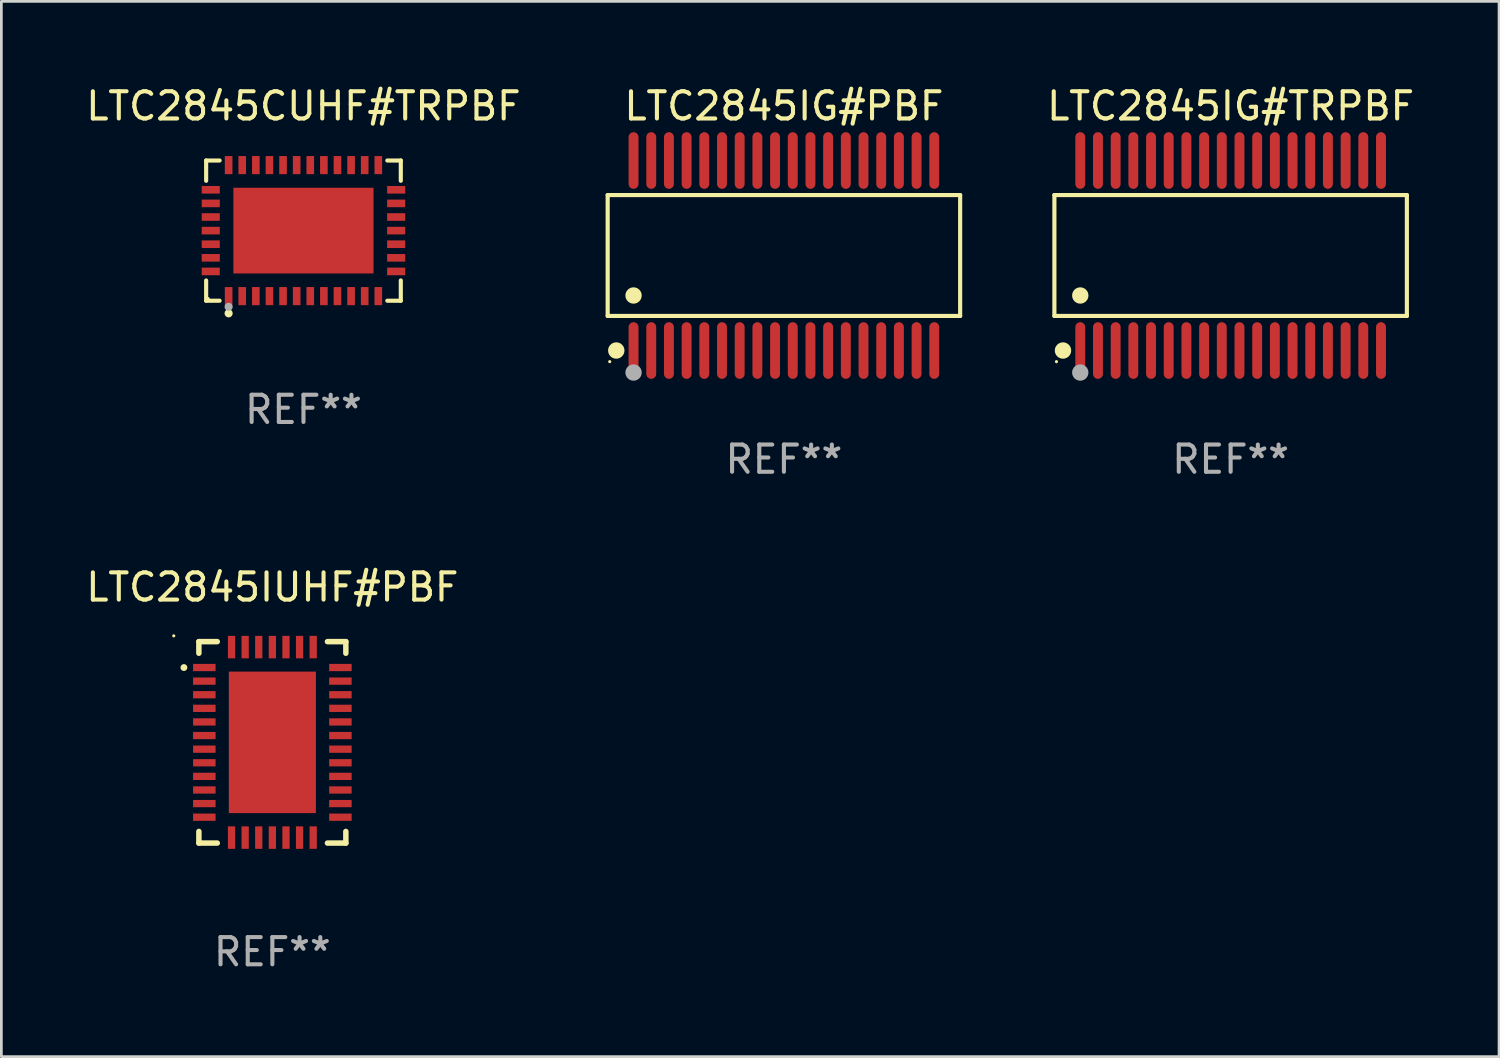
<source format=kicad_pcb>
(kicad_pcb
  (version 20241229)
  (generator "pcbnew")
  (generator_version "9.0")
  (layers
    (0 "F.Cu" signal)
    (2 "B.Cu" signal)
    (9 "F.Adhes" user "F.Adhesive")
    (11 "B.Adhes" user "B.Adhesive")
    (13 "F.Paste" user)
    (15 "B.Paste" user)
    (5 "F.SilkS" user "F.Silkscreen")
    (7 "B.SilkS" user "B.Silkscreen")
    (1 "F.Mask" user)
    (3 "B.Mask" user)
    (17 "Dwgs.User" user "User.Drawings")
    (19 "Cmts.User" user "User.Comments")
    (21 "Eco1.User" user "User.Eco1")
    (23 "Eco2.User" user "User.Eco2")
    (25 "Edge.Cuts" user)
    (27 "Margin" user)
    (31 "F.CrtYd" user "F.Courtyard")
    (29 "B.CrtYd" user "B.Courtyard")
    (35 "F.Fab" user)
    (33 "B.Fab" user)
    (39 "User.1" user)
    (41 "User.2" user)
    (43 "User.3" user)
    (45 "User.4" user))
  (footprint "LTC2845CUHF#TRPBF"
    (layer "F.Cu")
    (at 8.101 5.424)
    (property "Reference" "LTC2845CUHF#TRPBF" (at 0 -4.576 0) (layer "F.SilkS") (effects (font (size 1 1) (thickness 0.15))))
    (attr through_hole)
    (fp_line (start -3.576 -2.576) (end -3.081 -2.576) (stroke (width 0.152) (type solid)) (layer "F.SilkS"))
    (fp_line (start -3.576 -1.831) (end -3.576 -2.576) (stroke (width 0.152) (type solid)) (layer "F.SilkS"))
    (fp_line (start -3.576 1.831) (end -3.576 2.576) (stroke (width 0.152) (type solid)) (layer "F.SilkS"))
    (fp_line (start -3.576 2.576) (end -3.081 2.576) (stroke (width 0.152) (type solid)) (layer "F.SilkS"))
    (fp_line (start 3.576 -2.576) (end 3.081 -2.576) (stroke (width 0.152) (type solid)) (layer "F.SilkS"))
    (fp_line (start 3.576 -1.831) (end 3.576 -2.576) (stroke (width 0.152) (type solid)) (layer "F.SilkS"))
    (fp_line (start 3.576 1.831) (end 3.576 2.576) (stroke (width 0.152) (type solid)) (layer "F.SilkS"))
    (fp_line (start 3.576 2.576) (end 3.081 2.576) (stroke (width 0.152) (type solid)) (layer "F.SilkS"))
    (fp_circle (center -3.5 2.5) (end -3.47 2.5) (stroke (width 0.06) (type solid)) (fill no) (layer "F.SilkS"))
    (fp_circle (center -2.75 3.04) (end -2.675 3.04) (stroke (width 0.15) (type solid)) (fill no) (layer "F.SilkS"))
    (fp_circle (center -2.75 2.8) (end -2.675 2.8) (stroke (width 0.15) (type solid)) (fill no) (layer "F.Fab"))
    (fp_text user "REF**" (at 0 6.576 0) (layer "F.Fab") (effects (font (size 1 1) (thickness 0.15))))
    (pad "1" smd rect (at -2.75 2.407) (size 0.28 0.665) (layers "F.Cu" "F.Mask" "F.Paste"))
    (pad "2" smd rect (at -2.25 2.407) (size 0.28 0.665) (layers "F.Cu" "F.Mask" "F.Paste"))
    (pad "3" smd rect (at -1.75 2.407) (size 0.28 0.665) (layers "F.Cu" "F.Mask" "F.Paste"))
    (pad "4" smd rect (at -1.25 2.407) (size 0.28 0.665) (layers "F.Cu" "F.Mask" "F.Paste"))
    (pad "5" smd rect (at -0.75 2.407) (size 0.28 0.665) (layers "F.Cu" "F.Mask" "F.Paste"))
    (pad "6" smd rect (at -0.25 2.407) (size 0.28 0.665) (layers "F.Cu" "F.Mask" "F.Paste"))
    (pad "7" smd rect (at 0.25 2.407) (size 0.28 0.665) (layers "F.Cu" "F.Mask" "F.Paste"))
    (pad "8" smd rect (at 0.75 2.407) (size 0.28 0.665) (layers "F.Cu" "F.Mask" "F.Paste"))
    (pad "9" smd rect (at 1.25 2.407) (size 0.28 0.665) (layers "F.Cu" "F.Mask" "F.Paste"))
    (pad "10" smd rect (at 1.75 2.407) (size 0.28 0.665) (layers "F.Cu" "F.Mask" "F.Paste"))
    (pad "11" smd rect (at 2.25 2.407) (size 0.28 0.665) (layers "F.Cu" "F.Mask" "F.Paste"))
    (pad "12" smd rect (at 2.75 2.407) (size 0.28 0.665) (layers "F.Cu" "F.Mask" "F.Paste"))
    (pad "13" smd rect (at 3.407 1.5) (size 0.665 0.28) (layers "F.Cu" "F.Mask" "F.Paste"))
    (pad "14" smd rect (at 3.407 1) (size 0.665 0.28) (layers "F.Cu" "F.Mask" "F.Paste"))
    (pad "15" smd rect (at 3.407 0.5) (size 0.665 0.28) (layers "F.Cu" "F.Mask" "F.Paste"))
    (pad "16" smd rect (at 3.407 0) (size 0.665 0.28) (layers "F.Cu" "F.Mask" "F.Paste"))
    (pad "17" smd rect (at 3.407 -0.5) (size 0.665 0.28) (layers "F.Cu" "F.Mask" "F.Paste"))
    (pad "18" smd rect (at 3.407 -1) (size 0.665 0.28) (layers "F.Cu" "F.Mask" "F.Paste"))
    (pad "19" smd rect (at 3.407 -1.5) (size 0.665 0.28) (layers "F.Cu" "F.Mask" "F.Paste"))
    (pad "20" smd rect (at 2.75 -2.407) (size 0.28 0.665) (layers "F.Cu" "F.Mask" "F.Paste"))
    (pad "21" smd rect (at 2.25 -2.407) (size 0.28 0.665) (layers "F.Cu" "F.Mask" "F.Paste"))
    (pad "22" smd rect (at 1.75 -2.407) (size 0.28 0.665) (layers "F.Cu" "F.Mask" "F.Paste"))
    (pad "23" smd rect (at 1.25 -2.407) (size 0.28 0.665) (layers "F.Cu" "F.Mask" "F.Paste"))
    (pad "24" smd rect (at 0.75 -2.407) (size 0.28 0.665) (layers "F.Cu" "F.Mask" "F.Paste"))
    (pad "25" smd rect (at 0.25 -2.407) (size 0.28 0.665) (layers "F.Cu" "F.Mask" "F.Paste"))
    (pad "26" smd rect (at -0.25 -2.407) (size 0.28 0.665) (layers "F.Cu" "F.Mask" "F.Paste"))
    (pad "27" smd rect (at -0.75 -2.407) (size 0.28 0.665) (layers "F.Cu" "F.Mask" "F.Paste"))
    (pad "28" smd rect (at -1.25 -2.407) (size 0.28 0.665) (layers "F.Cu" "F.Mask" "F.Paste"))
    (pad "29" smd rect (at -1.75 -2.407) (size 0.28 0.665) (layers "F.Cu" "F.Mask" "F.Paste"))
    (pad "30" smd rect (at -2.25 -2.407) (size 0.28 0.665) (layers "F.Cu" "F.Mask" "F.Paste"))
    (pad "31" smd rect (at -2.75 -2.407) (size 0.28 0.665) (layers "F.Cu" "F.Mask" "F.Paste"))
    (pad "32" smd rect (at -3.407 -1.5) (size 0.665 0.28) (layers "F.Cu" "F.Mask" "F.Paste"))
    (pad "33" smd rect (at -3.407 -1) (size 0.665 0.28) (layers "F.Cu" "F.Mask" "F.Paste"))
    (pad "34" smd rect (at -3.407 -0.5) (size 0.665 0.28) (layers "F.Cu" "F.Mask" "F.Paste"))
    (pad "35" smd rect (at -3.407 0) (size 0.665 0.28) (layers "F.Cu" "F.Mask" "F.Paste"))
    (pad "36" smd rect (at -3.407 0.5) (size 0.665 0.28) (layers "F.Cu" "F.Mask" "F.Paste"))
    (pad "37" smd rect (at -3.407 1) (size 0.665 0.28) (layers "F.Cu" "F.Mask" "F.Paste"))
    (pad "38" smd rect (at -3.407 1.5) (size 0.665 0.28) (layers "F.Cu" "F.Mask" "F.Paste"))
    (pad "39" smd rect (at 0 0) (size 5.15 3.15) (layers "F.Cu" "F.Mask" "F.Paste")))
  (footprint "LTC2845IUHF#PBF"
    (layer "F.Cu")
    (at 6.958 24.228)
    (property "Reference" "LTC2845IUHF#PBF" (at 0 -5.701 0) (layer "F.SilkS") (effects (font (size 1 1) (thickness 0.15))))
    (attr through_hole)
    (fp_line (start -2.7 -3.701) (end -2.024 -3.701) (stroke (width 0.201) (type solid)) (layer "F.SilkS"))
    (fp_line (start -2.7 -3.274) (end -2.7 -3.701) (stroke (width 0.201) (type solid)) (layer "F.SilkS"))
    (fp_line (start -2.7 3.274) (end -2.7 3.701) (stroke (width 0.201) (type solid)) (layer "F.SilkS"))
    (fp_line (start -2.7 3.701) (end -2.024 3.701) (stroke (width 0.201) (type solid)) (layer "F.SilkS"))
    (fp_line (start 2.024 -3.701) (end 2.7 -3.701) (stroke (width 0.201) (type solid)) (layer "F.SilkS"))
    (fp_line (start 2.024 3.701) (end 2.7 3.701) (stroke (width 0.201) (type solid)) (layer "F.SilkS"))
    (fp_line (start 2.7 -3.701) (end 2.7 -3.274) (stroke (width 0.201) (type solid)) (layer "F.SilkS"))
    (fp_line (start 2.7 3.701) (end 2.7 3.274) (stroke (width 0.201) (type solid)) (layer "F.SilkS"))
    (fp_arc (start -3.250013 -2.747473) (mid -3.250019 -2.748743) (end -3.250013 -2.750013) (stroke (width 0.24892) (type solid)) (layer "F.SilkS"))
    (fp_circle (center -3.623 -3.913) (end -3.593 -3.913) (stroke (width 0.06) (type solid)) (fill no) (layer "F.SilkS"))
    (fp_text user "REF**" (at 0 7.701 0) (layer "F.Fab") (effects (font (size 1 1) (thickness 0.15))))
    (pad "1" smd rect (at -2.5 -2.75 90) (size 0.267 0.826) (layers "F.Cu" "F.Mask" "F.Paste"))
    (pad "2" smd rect (at -2.5 -2.25 90) (size 0.267 0.826) (layers "F.Cu" "F.Mask" "F.Paste"))
    (pad "3" smd rect (at -2.5 -1.75 90) (size 0.267 0.826) (layers "F.Cu" "F.Mask" "F.Paste"))
    (pad "4" smd rect (at -2.5 -1.25 90) (size 0.267 0.826) (layers "F.Cu" "F.Mask" "F.Paste"))
    (pad "5" smd rect (at -2.5 -0.75 90) (size 0.267 0.826) (layers "F.Cu" "F.Mask" "F.Paste"))
    (pad "6" smd rect (at -2.5 -0.25 90) (size 0.267 0.826) (layers "F.Cu" "F.Mask" "F.Paste"))
    (pad "7" smd rect (at -2.5 0.25 90) (size 0.267 0.826) (layers "F.Cu" "F.Mask" "F.Paste"))
    (pad "8" smd rect (at -2.5 0.75 90) (size 0.267 0.826) (layers "F.Cu" "F.Mask" "F.Paste"))
    (pad "9" smd rect (at -2.5 1.25 90) (size 0.267 0.826) (layers "F.Cu" "F.Mask" "F.Paste"))
    (pad "10" smd rect (at -2.5 1.75 90) (size 0.267 0.826) (layers "F.Cu" "F.Mask" "F.Paste"))
    (pad "11" smd rect (at -2.5 2.25 90) (size 0.267 0.826) (layers "F.Cu" "F.Mask" "F.Paste"))
    (pad "12" smd rect (at -2.5 2.75 90) (size 0.267 0.826) (layers "F.Cu" "F.Mask" "F.Paste"))
    (pad "13" smd rect (at -1.5 3.5) (size 0.267 0.826) (layers "F.Cu" "F.Mask" "F.Paste"))
    (pad "14" smd rect (at -1 3.5) (size 0.267 0.826) (layers "F.Cu" "F.Mask" "F.Paste"))
    (pad "15" smd rect (at -0.5 3.5) (size 0.267 0.826) (layers "F.Cu" "F.Mask" "F.Paste"))
    (pad "16" smd rect (at 0 3.5) (size 0.267 0.826) (layers "F.Cu" "F.Mask" "F.Paste"))
    (pad "17" smd rect (at 0.5 3.5) (size 0.267 0.826) (layers "F.Cu" "F.Mask" "F.Paste"))
    (pad "18" smd rect (at 1 3.5) (size 0.267 0.826) (layers "F.Cu" "F.Mask" "F.Paste"))
    (pad "19" smd rect (at 1.5 3.5) (size 0.267 0.826) (layers "F.Cu" "F.Mask" "F.Paste"))
    (pad "20" smd rect (at 2.5 2.75 90) (size 0.267 0.826) (layers "F.Cu" "F.Mask" "F.Paste"))
    (pad "21" smd rect (at 2.5 2.25 90) (size 0.267 0.826) (layers "F.Cu" "F.Mask" "F.Paste"))
    (pad "22" smd rect (at 2.5 1.75 90) (size 0.267 0.826) (layers "F.Cu" "F.Mask" "F.Paste"))
    (pad "23" smd rect (at 2.5 1.25 90) (size 0.267 0.826) (layers "F.Cu" "F.Mask" "F.Paste"))
    (pad "24" smd rect (at 2.5 0.75 90) (size 0.267 0.826) (layers "F.Cu" "F.Mask" "F.Paste"))
    (pad "25" smd rect (at 2.5 0.25 90) (size 0.267 0.826) (layers "F.Cu" "F.Mask" "F.Paste"))
    (pad "26" smd rect (at 2.5 -0.25 90) (size 0.267 0.826) (layers "F.Cu" "F.Mask" "F.Paste"))
    (pad "27" smd rect (at 2.5 -0.75 90) (size 0.267 0.826) (layers "F.Cu" "F.Mask" "F.Paste"))
    (pad "28" smd rect (at 2.5 -1.25 90) (size 0.267 0.826) (layers "F.Cu" "F.Mask" "F.Paste"))
    (pad "29" smd rect (at 2.5 -1.75 90) (size 0.267 0.826) (layers "F.Cu" "F.Mask" "F.Paste"))
    (pad "30" smd rect (at 2.5 -2.25 90) (size 0.267 0.826) (layers "F.Cu" "F.Mask" "F.Paste"))
    (pad "31" smd rect (at 2.5 -2.75 90) (size 0.267 0.826) (layers "F.Cu" "F.Mask" "F.Paste"))
    (pad "32" smd rect (at 1.5 -3.5) (size 0.267 0.826) (layers "F.Cu" "F.Mask" "F.Paste"))
    (pad "33" smd rect (at 1 -3.5) (size 0.267 0.826) (layers "F.Cu" "F.Mask" "F.Paste"))
    (pad "34" smd rect (at 0.5 -3.5) (size 0.267 0.826) (layers "F.Cu" "F.Mask" "F.Paste"))
    (pad "35" smd rect (at 0 -3.5) (size 0.267 0.826) (layers "F.Cu" "F.Mask" "F.Paste"))
    (pad "36" smd rect (at -0.5 -3.5) (size 0.267 0.826) (layers "F.Cu" "F.Mask" "F.Paste"))
    (pad "37" smd rect (at -1 -3.5) (size 0.267 0.826) (layers "F.Cu" "F.Mask" "F.Paste"))
    (pad "38" smd rect (at -1.5 -3.5) (size 0.267 0.826) (layers "F.Cu" "F.Mask" "F.Paste"))
    (pad "39" smd rect (at 0 0) (size 3.2 5.2) (layers "F.Cu" "F.Mask" "F.Paste")))
  (footprint "LTC2845IG#PBF"
    (layer "F.Cu")
    (at 25.755 6.339)
    (property "Reference" "LTC2845IG#PBF" (at 0 -5.491 0) (layer "F.SilkS") (effects (font (size 1 1) (thickness 0.15))))
    (attr through_hole)
    (fp_line (start -6.476 -2.221) (end 6.476 -2.221) (stroke (width 0.152) (type solid)) (layer "F.SilkS"))
    (fp_line (start -6.476 2.221) (end -6.476 -2.221) (stroke (width 0.152) (type solid)) (layer "F.SilkS"))
    (fp_line (start 6.476 -2.221) (end 6.476 2.221) (stroke (width 0.152) (type solid)) (layer "F.SilkS"))
    (fp_line (start 6.476 2.221) (end -6.476 2.221) (stroke (width 0.152) (type solid)) (layer "F.SilkS"))
    (fp_circle (center -6.4 3.9) (end -6.37 3.9) (stroke (width 0.06) (type solid)) (fill no) (layer "F.SilkS"))
    (fp_circle (center -6.16 3.491) (end -6.009 3.491) (stroke (width 0.3) (type solid)) (fill no) (layer "F.SilkS"))
    (fp_circle (center -5.525 1.469) (end -5.375 1.469) (stroke (width 0.3) (type solid)) (fill no) (layer "F.SilkS"))
    (fp_circle (center -5.525 4.3) (end -5.375 4.3) (stroke (width 0.3) (type solid)) (fill no) (layer "F.Fab"))
    (fp_text user "REF**" (at 0 7.491 0) (layer "F.Fab") (effects (font (size 1 1) (thickness 0.15))))
    (pad "1" smd oval (at -5.525 3.491) (size 0.364 2.082) (layers "F.Cu" "F.Mask" "F.Paste"))
    (pad "2" smd oval (at -4.875 3.491) (size 0.364 2.082) (layers "F.Cu" "F.Mask" "F.Paste"))
    (pad "3" smd oval (at -4.225 3.491) (size 0.364 2.082) (layers "F.Cu" "F.Mask" "F.Paste"))
    (pad "4" smd oval (at -3.575 3.491) (size 0.364 2.082) (layers "F.Cu" "F.Mask" "F.Paste"))
    (pad "5" smd oval (at -2.925 3.491) (size 0.364 2.082) (layers "F.Cu" "F.Mask" "F.Paste"))
    (pad "6" smd oval (at -2.275 3.491) (size 0.364 2.082) (layers "F.Cu" "F.Mask" "F.Paste"))
    (pad "7" smd oval (at -1.625 3.491) (size 0.364 2.082) (layers "F.Cu" "F.Mask" "F.Paste"))
    (pad "8" smd oval (at -0.975 3.491) (size 0.364 2.082) (layers "F.Cu" "F.Mask" "F.Paste"))
    (pad "9" smd oval (at -0.325 3.491) (size 0.364 2.082) (layers "F.Cu" "F.Mask" "F.Paste"))
    (pad "10" smd oval (at 0.325 3.491) (size 0.364 2.082) (layers "F.Cu" "F.Mask" "F.Paste"))
    (pad "11" smd oval (at 0.975 3.491) (size 0.364 2.082) (layers "F.Cu" "F.Mask" "F.Paste"))
    (pad "12" smd oval (at 1.625 3.491) (size 0.364 2.082) (layers "F.Cu" "F.Mask" "F.Paste"))
    (pad "13" smd oval (at 2.275 3.491) (size 0.364 2.082) (layers "F.Cu" "F.Mask" "F.Paste"))
    (pad "14" smd oval (at 2.925 3.491) (size 0.364 2.082) (layers "F.Cu" "F.Mask" "F.Paste"))
    (pad "15" smd oval (at 3.575 3.491) (size 0.364 2.082) (layers "F.Cu" "F.Mask" "F.Paste"))
    (pad "16" smd oval (at 4.225 3.491) (size 0.364 2.082) (layers "F.Cu" "F.Mask" "F.Paste"))
    (pad "17" smd oval (at 4.875 3.491) (size 0.364 2.082) (layers "F.Cu" "F.Mask" "F.Paste"))
    (pad "18" smd oval (at 5.525 3.491) (size 0.364 2.082) (layers "F.Cu" "F.Mask" "F.Paste"))
    (pad "19" smd oval (at 5.525 -3.491) (size 0.364 2.082) (layers "F.Cu" "F.Mask" "F.Paste"))
    (pad "20" smd oval (at 4.875 -3.491) (size 0.364 2.082) (layers "F.Cu" "F.Mask" "F.Paste"))
    (pad "21" smd oval (at 4.225 -3.491) (size 0.364 2.082) (layers "F.Cu" "F.Mask" "F.Paste"))
    (pad "22" smd oval (at 3.575 -3.491) (size 0.364 2.082) (layers "F.Cu" "F.Mask" "F.Paste"))
    (pad "23" smd oval (at 2.925 -3.491) (size 0.364 2.082) (layers "F.Cu" "F.Mask" "F.Paste"))
    (pad "24" smd oval (at 2.275 -3.491) (size 0.364 2.082) (layers "F.Cu" "F.Mask" "F.Paste"))
    (pad "25" smd oval (at 1.625 -3.491) (size 0.364 2.082) (layers "F.Cu" "F.Mask" "F.Paste"))
    (pad "26" smd oval (at 0.975 -3.491) (size 0.364 2.082) (layers "F.Cu" "F.Mask" "F.Paste"))
    (pad "27" smd oval (at 0.325 -3.491) (size 0.364 2.082) (layers "F.Cu" "F.Mask" "F.Paste"))
    (pad "28" smd oval (at -0.325 -3.491) (size 0.364 2.082) (layers "F.Cu" "F.Mask" "F.Paste"))
    (pad "29" smd oval (at -0.975 -3.491) (size 0.364 2.082) (layers "F.Cu" "F.Mask" "F.Paste"))
    (pad "30" smd oval (at -1.625 -3.491) (size 0.364 2.082) (layers "F.Cu" "F.Mask" "F.Paste"))
    (pad "31" smd oval (at -2.275 -3.491) (size 0.364 2.082) (layers "F.Cu" "F.Mask" "F.Paste"))
    (pad "32" smd oval (at -2.925 -3.491) (size 0.364 2.082) (layers "F.Cu" "F.Mask" "F.Paste"))
    (pad "33" smd oval (at -3.575 -3.491) (size 0.364 2.082) (layers "F.Cu" "F.Mask" "F.Paste"))
    (pad "34" smd oval (at -4.225 -3.491) (size 0.364 2.082) (layers "F.Cu" "F.Mask" "F.Paste"))
    (pad "35" smd oval (at -4.875 -3.491) (size 0.364 2.082) (layers "F.Cu" "F.Mask" "F.Paste"))
    (pad "36" smd oval (at -5.525 -3.491) (size 0.364 2.082) (layers "F.Cu" "F.Mask" "F.Paste")))
  (footprint "LTC2845IG#TRPBF"
    (layer "F.Cu")
    (at 42.17 6.339)
    (property "Reference" "LTC2845IG#TRPBF" (at 0 -5.491 0) (layer "F.SilkS") (effects (font (size 1 1) (thickness 0.15))))
    (attr through_hole)
    (fp_line (start -6.476 -2.221) (end 6.476 -2.221) (stroke (width 0.152) (type solid)) (layer "F.SilkS"))
    (fp_line (start -6.476 2.221) (end -6.476 -2.221) (stroke (width 0.152) (type solid)) (layer "F.SilkS"))
    (fp_line (start 6.476 -2.221) (end 6.476 2.221) (stroke (width 0.152) (type solid)) (layer "F.SilkS"))
    (fp_line (start 6.476 2.221) (end -6.476 2.221) (stroke (width 0.152) (type solid)) (layer "F.SilkS"))
    (fp_circle (center -6.4 3.9) (end -6.37 3.9) (stroke (width 0.06) (type solid)) (fill no) (layer "F.SilkS"))
    (fp_circle (center -6.16 3.491) (end -6.009 3.491) (stroke (width 0.3) (type solid)) (fill no) (layer "F.SilkS"))
    (fp_circle (center -5.525 1.469) (end -5.375 1.469) (stroke (width 0.3) (type solid)) (fill no) (layer "F.SilkS"))
    (fp_circle (center -5.525 4.3) (end -5.375 4.3) (stroke (width 0.3) (type solid)) (fill no) (layer "F.Fab"))
    (fp_text user "REF**" (at 0 7.491 0) (layer "F.Fab") (effects (font (size 1 1) (thickness 0.15))))
    (pad "1" smd oval (at -5.525 3.491) (size 0.364 2.082) (layers "F.Cu" "F.Mask" "F.Paste"))
    (pad "2" smd oval (at -4.875 3.491) (size 0.364 2.082) (layers "F.Cu" "F.Mask" "F.Paste"))
    (pad "3" smd oval (at -4.225 3.491) (size 0.364 2.082) (layers "F.Cu" "F.Mask" "F.Paste"))
    (pad "4" smd oval (at -3.575 3.491) (size 0.364 2.082) (layers "F.Cu" "F.Mask" "F.Paste"))
    (pad "5" smd oval (at -2.925 3.491) (size 0.364 2.082) (layers "F.Cu" "F.Mask" "F.Paste"))
    (pad "6" smd oval (at -2.275 3.491) (size 0.364 2.082) (layers "F.Cu" "F.Mask" "F.Paste"))
    (pad "7" smd oval (at -1.625 3.491) (size 0.364 2.082) (layers "F.Cu" "F.Mask" "F.Paste"))
    (pad "8" smd oval (at -0.975 3.491) (size 0.364 2.082) (layers "F.Cu" "F.Mask" "F.Paste"))
    (pad "9" smd oval (at -0.325 3.491) (size 0.364 2.082) (layers "F.Cu" "F.Mask" "F.Paste"))
    (pad "10" smd oval (at 0.325 3.491) (size 0.364 2.082) (layers "F.Cu" "F.Mask" "F.Paste"))
    (pad "11" smd oval (at 0.975 3.491) (size 0.364 2.082) (layers "F.Cu" "F.Mask" "F.Paste"))
    (pad "12" smd oval (at 1.625 3.491) (size 0.364 2.082) (layers "F.Cu" "F.Mask" "F.Paste"))
    (pad "13" smd oval (at 2.275 3.491) (size 0.364 2.082) (layers "F.Cu" "F.Mask" "F.Paste"))
    (pad "14" smd oval (at 2.925 3.491) (size 0.364 2.082) (layers "F.Cu" "F.Mask" "F.Paste"))
    (pad "15" smd oval (at 3.575 3.491) (size 0.364 2.082) (layers "F.Cu" "F.Mask" "F.Paste"))
    (pad "16" smd oval (at 4.225 3.491) (size 0.364 2.082) (layers "F.Cu" "F.Mask" "F.Paste"))
    (pad "17" smd oval (at 4.875 3.491) (size 0.364 2.082) (layers "F.Cu" "F.Mask" "F.Paste"))
    (pad "18" smd oval (at 5.525 3.491) (size 0.364 2.082) (layers "F.Cu" "F.Mask" "F.Paste"))
    (pad "19" smd oval (at 5.525 -3.491) (size 0.364 2.082) (layers "F.Cu" "F.Mask" "F.Paste"))
    (pad "20" smd oval (at 4.875 -3.491) (size 0.364 2.082) (layers "F.Cu" "F.Mask" "F.Paste"))
    (pad "21" smd oval (at 4.225 -3.491) (size 0.364 2.082) (layers "F.Cu" "F.Mask" "F.Paste"))
    (pad "22" smd oval (at 3.575 -3.491) (size 0.364 2.082) (layers "F.Cu" "F.Mask" "F.Paste"))
    (pad "23" smd oval (at 2.925 -3.491) (size 0.364 2.082) (layers "F.Cu" "F.Mask" "F.Paste"))
    (pad "24" smd oval (at 2.275 -3.491) (size 0.364 2.082) (layers "F.Cu" "F.Mask" "F.Paste"))
    (pad "25" smd oval (at 1.625 -3.491) (size 0.364 2.082) (layers "F.Cu" "F.Mask" "F.Paste"))
    (pad "26" smd oval (at 0.975 -3.491) (size 0.364 2.082) (layers "F.Cu" "F.Mask" "F.Paste"))
    (pad "27" smd oval (at 0.325 -3.491) (size 0.364 2.082) (layers "F.Cu" "F.Mask" "F.Paste"))
    (pad "28" smd oval (at -0.325 -3.491) (size 0.364 2.082) (layers "F.Cu" "F.Mask" "F.Paste"))
    (pad "29" smd oval (at -0.975 -3.491) (size 0.364 2.082) (layers "F.Cu" "F.Mask" "F.Paste"))
    (pad "30" smd oval (at -1.625 -3.491) (size 0.364 2.082) (layers "F.Cu" "F.Mask" "F.Paste"))
    (pad "31" smd oval (at -2.275 -3.491) (size 0.364 2.082) (layers "F.Cu" "F.Mask" "F.Paste"))
    (pad "32" smd oval (at -2.925 -3.491) (size 0.364 2.082) (layers "F.Cu" "F.Mask" "F.Paste"))
    (pad "33" smd oval (at -3.575 -3.491) (size 0.364 2.082) (layers "F.Cu" "F.Mask" "F.Paste"))
    (pad "34" smd oval (at -4.225 -3.491) (size 0.364 2.082) (layers "F.Cu" "F.Mask" "F.Paste"))
    (pad "35" smd oval (at -4.875 -3.491) (size 0.364 2.082) (layers "F.Cu" "F.Mask" "F.Paste"))
    (pad "36" smd oval (at -5.525 -3.491) (size 0.364 2.082) (layers "F.Cu" "F.Mask" "F.Paste")))
  (gr_rect
    (start -3 -3)
    (end 52.033 35.777)
    (stroke (width 0.1) (type default))
    (fill no)
    (layer "Edge.Cuts")))
</source>
